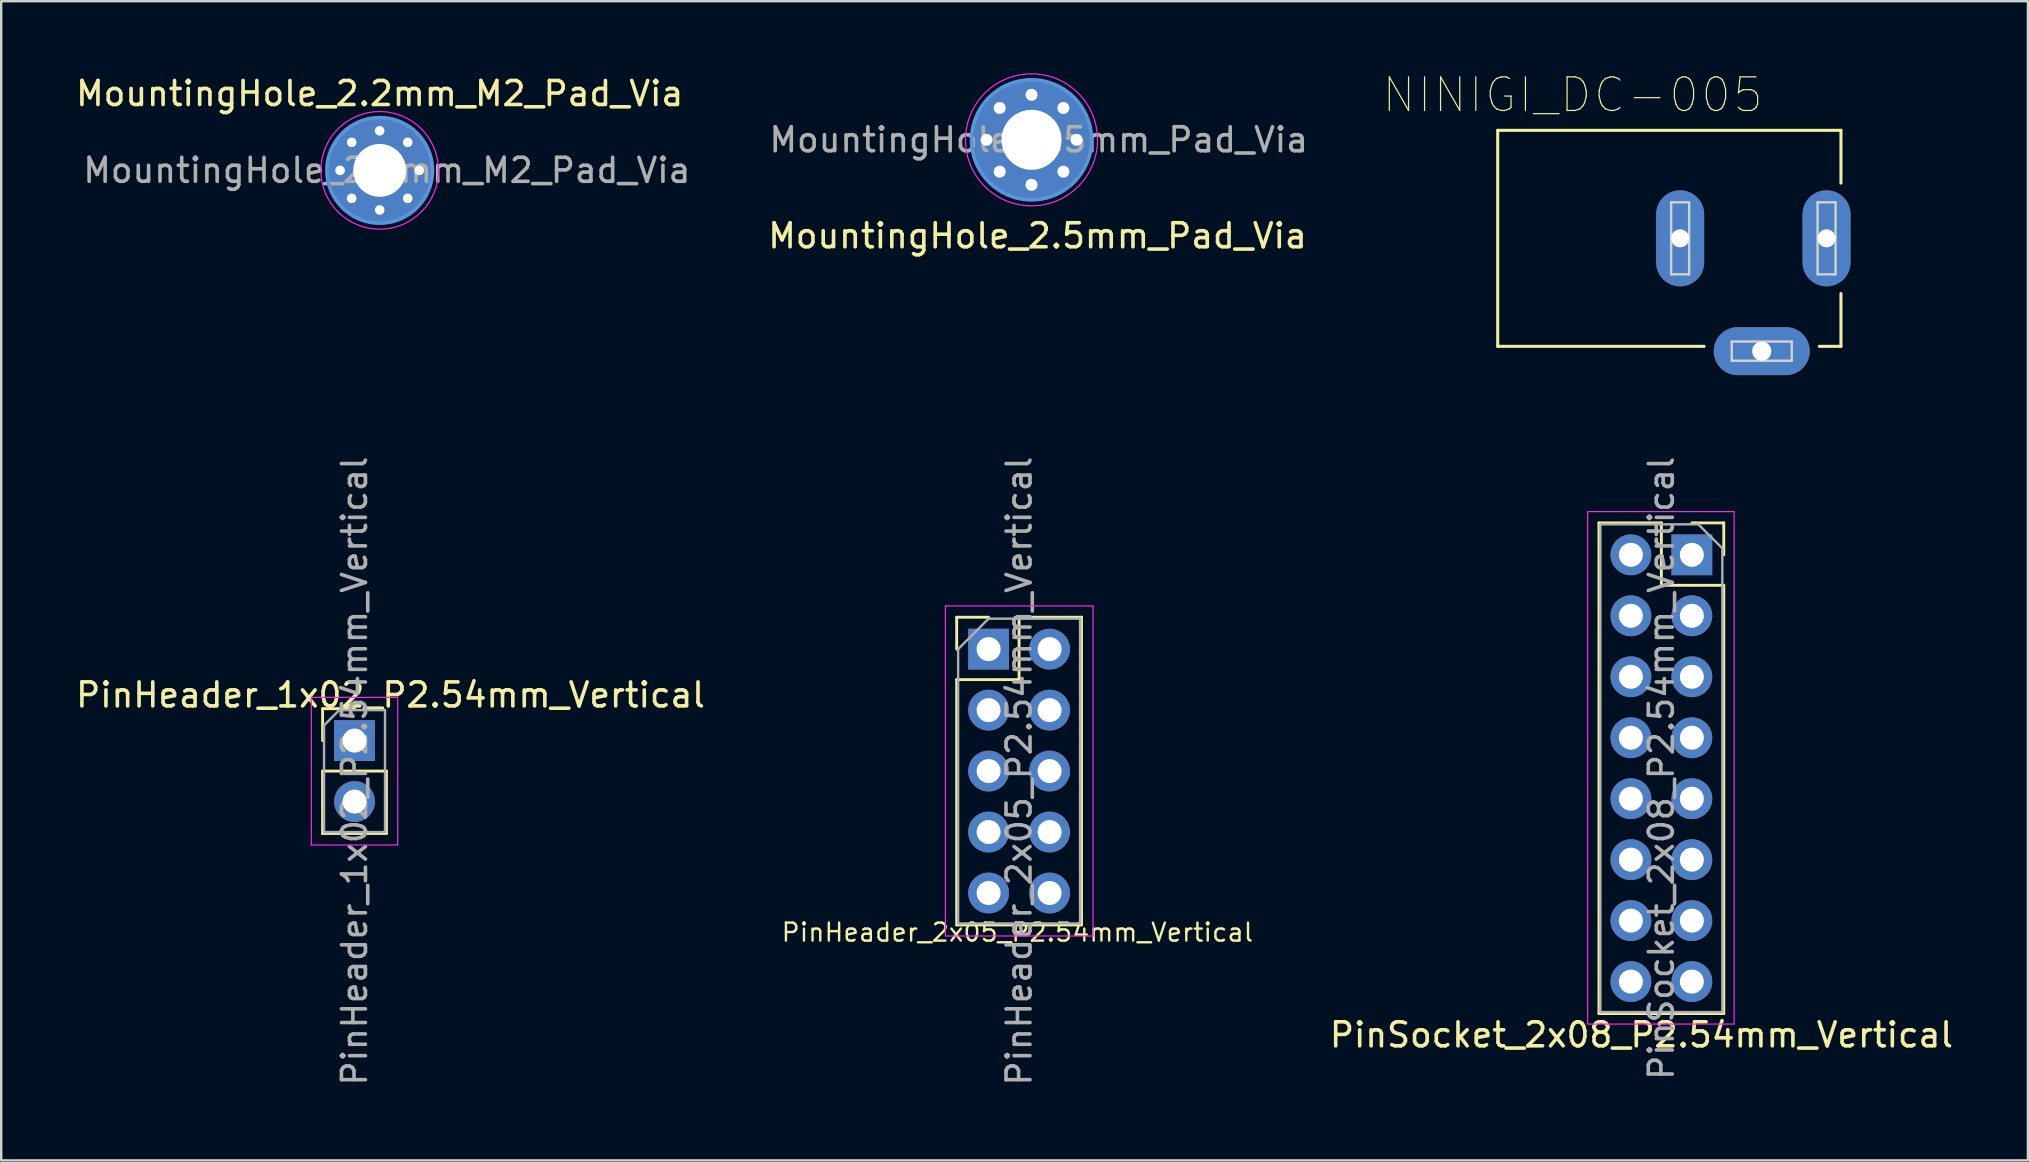
<source format=kicad_pcb>
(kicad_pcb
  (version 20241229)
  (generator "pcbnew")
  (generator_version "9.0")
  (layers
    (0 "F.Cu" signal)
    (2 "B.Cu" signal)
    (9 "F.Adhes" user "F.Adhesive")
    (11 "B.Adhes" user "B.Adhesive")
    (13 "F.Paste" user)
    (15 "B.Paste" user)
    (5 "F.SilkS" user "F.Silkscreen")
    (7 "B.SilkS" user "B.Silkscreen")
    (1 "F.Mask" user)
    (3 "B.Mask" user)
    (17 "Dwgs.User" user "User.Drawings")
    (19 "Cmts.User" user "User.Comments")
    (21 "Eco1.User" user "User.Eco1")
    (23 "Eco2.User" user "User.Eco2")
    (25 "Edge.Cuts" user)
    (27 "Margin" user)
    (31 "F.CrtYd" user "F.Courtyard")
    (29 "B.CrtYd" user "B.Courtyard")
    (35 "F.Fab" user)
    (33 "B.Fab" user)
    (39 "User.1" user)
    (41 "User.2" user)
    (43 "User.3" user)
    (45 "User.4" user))
  (footprint "PinHeader_1x02_P2.54mm_Vertical"
    (layer "F.Cu")
    (at 11.72 27.804)
    (property "Reference" "PinHeader_1x02_P2.54mm_Vertical" (at 1.5 -1.9 0) (layer "F.SilkS") (effects (font (size 1 1) (thickness 0.15))))
    (attr through_hole)
    (fp_line (start -1.33 -1.33) (end 0 -1.33) (stroke (width 0.12) (type solid)) (layer "F.SilkS"))
    (fp_line (start -1.33 0) (end -1.33 -1.33) (stroke (width 0.12) (type solid)) (layer "F.SilkS"))
    (fp_line (start -1.33 1.27) (end -1.33 3.87) (stroke (width 0.12) (type solid)) (layer "F.SilkS"))
    (fp_line (start -1.33 1.27) (end 1.33 1.27) (stroke (width 0.12) (type solid)) (layer "F.SilkS"))
    (fp_line (start -1.33 3.87) (end 1.33 3.87) (stroke (width 0.12) (type solid)) (layer "F.SilkS"))
    (fp_line (start 1.33 1.27) (end 1.33 3.87) (stroke (width 0.12) (type solid)) (layer "F.SilkS"))
    (fp_line (start -1.8 -1.8) (end -1.8 4.35) (stroke (width 0.05) (type solid)) (layer "F.CrtYd"))
    (fp_line (start -1.8 4.35) (end 1.8 4.35) (stroke (width 0.05) (type solid)) (layer "F.CrtYd"))
    (fp_line (start 1.8 -1.8) (end -1.8 -1.8) (stroke (width 0.05) (type solid)) (layer "F.CrtYd"))
    (fp_line (start 1.8 4.35) (end 1.8 -1.8) (stroke (width 0.05) (type solid)) (layer "F.CrtYd"))
    (fp_line (start -1.27 -0.635) (end -0.635 -1.27) (stroke (width 0.1) (type solid)) (layer "F.Fab"))
    (fp_line (start -1.27 3.81) (end -1.27 -0.635) (stroke (width 0.1) (type solid)) (layer "F.Fab"))
    (fp_line (start -0.635 -1.27) (end 1.27 -1.27) (stroke (width 0.1) (type solid)) (layer "F.Fab"))
    (fp_line (start 1.27 -1.27) (end 1.27 3.81) (stroke (width 0.1) (type solid)) (layer "F.Fab"))
    (fp_line (start 1.27 3.81) (end -1.27 3.81) (stroke (width 0.1) (type solid)) (layer "F.Fab"))
    (fp_text user "${REFERENCE}" (at 0 1.27 90) (layer "F.Fab") (effects (font (size 1 1) (thickness 0.15))))
    (pad "1" thru_hole rect (at 0 0) (size 1.7 1.7) (drill 1) (layers "*.Cu" "*.Mask"))
    (pad "2" thru_hole oval (at 0 2.54) (size 1.7 1.7) (drill 1) (layers "*.Cu" "*.Mask")))
  (footprint "NINIGI_DC-005"
    (layer "F.Cu")
    (at 70.347 6.879)
    (property "Reference" "NINIGI_DC-005" (at -7.877 -5.972 0) (layer "F.SilkS") (effects (font (size 1.401 1.401) (thickness 0.05))))
    (attr through_hole)
    (fp_line (start -11 -4.5) (end 3.3 -4.5) (stroke (width 0.127) (type solid)) (layer "F.SilkS"))
    (fp_line (start -11 4.5) (end -11 -4.5) (stroke (width 0.127) (type solid)) (layer "F.SilkS"))
    (fp_line (start -2.4 4.5) (end -11 4.5) (stroke (width 0.127) (type solid)) (layer "F.SilkS"))
    (fp_line (start 3.3 -4.5) (end 3.3 -2.3) (stroke (width 0.127) (type solid)) (layer "F.SilkS"))
    (fp_line (start 3.3 2.3) (end 3.3 4.5) (stroke (width 0.127) (type solid)) (layer "F.SilkS"))
    (fp_line (start 3.3 4.5) (end 2.4 4.5) (stroke (width 0.127) (type solid)) (layer "F.SilkS"))
    (fp_line (start -11.25 -4.75) (end 3.95 -4.75) (stroke (width 0.05) (type solid)) (layer "Eco1.User"))
    (fp_line (start -11.25 5.95) (end -11.25 -4.75) (stroke (width 0.05) (type solid)) (layer "Eco1.User"))
    (fp_line (start 3.95 -4.75) (end 3.95 5.95) (stroke (width 0.05) (type solid)) (layer "Eco1.User"))
    (fp_line (start 3.95 5.95) (end -11.25 5.95) (stroke (width 0.05) (type solid)) (layer "Eco1.User"))
    (fp_line (start -11 -4.5) (end 3.3 -4.5) (stroke (width 0.127) (type solid)) (layer "Eco2.User"))
    (fp_line (start -11 4.5) (end -11 -4.5) (stroke (width 0.127) (type solid)) (layer "Eco2.User"))
    (fp_line (start 3.3 -4.5) (end 3.3 4.5) (stroke (width 0.127) (type solid)) (layer "Eco2.User"))
    (fp_line (start 3.3 4.5) (end -11 4.5) (stroke (width 0.127) (type solid)) (layer "Eco2.User"))
    (fp_line (start -3.775 -1.5) (end -3.025 -1.5) (stroke (width 0.1) (type solid)) (layer "Edge.Cuts"))
    (fp_line (start -3.775 1.5) (end -3.775 -1.5) (stroke (width 0.1) (type solid)) (layer "Edge.Cuts"))
    (fp_line (start -3.025 -1.5) (end -3.025 1.5) (stroke (width 0.1) (type solid)) (layer "Edge.Cuts"))
    (fp_line (start -3.025 1.5) (end -3.775 1.5) (stroke (width 0.1) (type solid)) (layer "Edge.Cuts"))
    (fp_line (start -1.25 4.3) (end -1.25 5.1) (stroke (width 0.1) (type solid)) (layer "Edge.Cuts"))
    (fp_line (start -1.25 4.3) (end 1.25 4.3) (stroke (width 0.1) (type solid)) (layer "Edge.Cuts"))
    (fp_line (start 1.25 4.3) (end 1.25 5.1) (stroke (width 0.1) (type solid)) (layer "Edge.Cuts"))
    (fp_line (start 1.25 5.1) (end -1.25 5.1) (stroke (width 0.1) (type solid)) (layer "Edge.Cuts"))
    (fp_line (start 2.325 -1.5) (end 3.075 -1.5) (stroke (width 0.1) (type solid)) (layer "Edge.Cuts"))
    (fp_line (start 2.325 1.5) (end 2.325 -1.5) (stroke (width 0.1) (type solid)) (layer "Edge.Cuts"))
    (fp_line (start 3.075 -1.5) (end 3.075 1.5) (stroke (width 0.1) (type solid)) (layer "Edge.Cuts"))
    (fp_line (start 3.075 1.5) (end 2.325 1.5) (stroke (width 0.1) (type solid)) (layer "Edge.Cuts"))
    (pad "2" thru_hole oval (at 2.7 0 90) (size 4 2) (drill 0.75) (layers "*.Cu" "*.Mask"))
    (pad "4" thru_hole oval (at 0 4.7) (size 4 2) (drill 0.8) (layers "*.Cu" "*.Mask"))
    (pad "5" thru_hole oval (at -3.4 0 90) (size 4 2) (drill 0.75) (layers "*.Cu" "*.Mask")))
  (footprint "PinHeader_2x05_P2.54mm_Vertical"
    (layer "F.Cu")
    (at 38.137 23.994)
    (property "Reference" "PinHeader_2x05_P2.54mm_Vertical" (at 1.2 11.8 0) (layer "F.SilkS") (effects (font (size 0.75 0.75) (thickness 0.1))))
    (attr through_hole)
    (fp_line (start -1.33 -1.33) (end 0 -1.33) (stroke (width 0.12) (type solid)) (layer "F.SilkS"))
    (fp_line (start -1.33 0) (end -1.33 -1.33) (stroke (width 0.12) (type solid)) (layer "F.SilkS"))
    (fp_line (start -1.33 1.27) (end -1.33 11.49) (stroke (width 0.12) (type solid)) (layer "F.SilkS"))
    (fp_line (start -1.33 1.27) (end 1.27 1.27) (stroke (width 0.12) (type solid)) (layer "F.SilkS"))
    (fp_line (start -1.33 11.49) (end 3.87 11.49) (stroke (width 0.12) (type solid)) (layer "F.SilkS"))
    (fp_line (start 1.27 -1.33) (end 3.87 -1.33) (stroke (width 0.12) (type solid)) (layer "F.SilkS"))
    (fp_line (start 1.27 1.27) (end 1.27 -1.33) (stroke (width 0.12) (type solid)) (layer "F.SilkS"))
    (fp_line (start 3.87 -1.33) (end 3.87 11.49) (stroke (width 0.12) (type solid)) (layer "F.SilkS"))
    (fp_line (start -1.8 -1.8) (end -1.8 11.95) (stroke (width 0.05) (type solid)) (layer "F.CrtYd"))
    (fp_line (start -1.8 11.95) (end 4.35 11.95) (stroke (width 0.05) (type solid)) (layer "F.CrtYd"))
    (fp_line (start 4.35 -1.8) (end -1.8 -1.8) (stroke (width 0.05) (type solid)) (layer "F.CrtYd"))
    (fp_line (start 4.35 11.95) (end 4.35 -1.8) (stroke (width 0.05) (type solid)) (layer "F.CrtYd"))
    (fp_line (start -1.27 0) (end 0 -1.27) (stroke (width 0.1) (type solid)) (layer "F.Fab"))
    (fp_line (start -1.27 11.43) (end -1.27 0) (stroke (width 0.1) (type solid)) (layer "F.Fab"))
    (fp_line (start 0 -1.27) (end 3.81 -1.27) (stroke (width 0.1) (type solid)) (layer "F.Fab"))
    (fp_line (start 3.81 -1.27) (end 3.81 11.43) (stroke (width 0.1) (type solid)) (layer "F.Fab"))
    (fp_line (start 3.81 11.43) (end -1.27 11.43) (stroke (width 0.1) (type solid)) (layer "F.Fab"))
    (fp_text user "${REFERENCE}" (at 1.27 5.08 90) (layer "F.Fab") (effects (font (size 1 1) (thickness 0.15))))
    (pad "1" thru_hole rect (at 0 0) (size 1.7 1.7) (drill 1) (layers "*.Cu" "*.Mask"))
    (pad "2" thru_hole oval (at 2.54 0) (size 1.7 1.7) (drill 1) (layers "*.Cu" "*.Mask"))
    (pad "3" thru_hole oval (at 0 2.54) (size 1.7 1.7) (drill 1) (layers "*.Cu" "*.Mask"))
    (pad "4" thru_hole oval (at 2.54 2.54) (size 1.7 1.7) (drill 1) (layers "*.Cu" "*.Mask"))
    (pad "5" thru_hole oval (at 0 5.08) (size 1.7 1.7) (drill 1) (layers "*.Cu" "*.Mask"))
    (pad "6" thru_hole oval (at 2.54 5.08) (size 1.7 1.7) (drill 1) (layers "*.Cu" "*.Mask"))
    (pad "7" thru_hole oval (at 0 7.62) (size 1.7 1.7) (drill 1) (layers "*.Cu" "*.Mask"))
    (pad "8" thru_hole oval (at 2.54 7.62) (size 1.7 1.7) (drill 1) (layers "*.Cu" "*.Mask"))
    (pad "9" thru_hole oval (at 0 10.16) (size 1.7 1.7) (drill 1) (layers "*.Cu" "*.Mask"))
    (pad "10" thru_hole oval (at 2.54 10.16) (size 1.7 1.7) (drill 1) (layers "*.Cu" "*.Mask")))
  (footprint "PinSocket_2x08_P2.54mm_Vertical"
    (layer "F.Cu")
    (at 67.435 20.065)
    (property "Reference" "PinSocket_2x08_P2.54mm_Vertical" (at -2.1 20 0) (layer "F.SilkS") (effects (font (size 1 1) (thickness 0.15))))
    (attr through_hole)
    (fp_line (start -3.87 -1.33) (end -3.87 19.11) (stroke (width 0.12) (type solid)) (layer "F.SilkS"))
    (fp_line (start -3.87 -1.33) (end -1.27 -1.33) (stroke (width 0.12) (type solid)) (layer "F.SilkS"))
    (fp_line (start -3.87 19.11) (end 1.33 19.11) (stroke (width 0.12) (type solid)) (layer "F.SilkS"))
    (fp_line (start -1.27 -1.33) (end -1.27 1.27) (stroke (width 0.12) (type solid)) (layer "F.SilkS"))
    (fp_line (start -1.27 1.27) (end 1.33 1.27) (stroke (width 0.12) (type solid)) (layer "F.SilkS"))
    (fp_line (start 0 -1.33) (end 1.33 -1.33) (stroke (width 0.12) (type solid)) (layer "F.SilkS"))
    (fp_line (start 1.33 -1.33) (end 1.33 0) (stroke (width 0.12) (type solid)) (layer "F.SilkS"))
    (fp_line (start 1.33 1.27) (end 1.33 19.11) (stroke (width 0.12) (type solid)) (layer "F.SilkS"))
    (fp_line (start -4.34 -1.8) (end 1.76 -1.8) (stroke (width 0.05) (type solid)) (layer "F.CrtYd"))
    (fp_line (start -4.34 19.55) (end -4.34 -1.8) (stroke (width 0.05) (type solid)) (layer "F.CrtYd"))
    (fp_line (start 1.76 -1.8) (end 1.76 19.55) (stroke (width 0.05) (type solid)) (layer "F.CrtYd"))
    (fp_line (start 1.76 19.55) (end -4.34 19.55) (stroke (width 0.05) (type solid)) (layer "F.CrtYd"))
    (fp_line (start -3.81 -1.27) (end 0.27 -1.27) (stroke (width 0.1) (type solid)) (layer "F.Fab"))
    (fp_line (start -3.81 19.05) (end -3.81 -1.27) (stroke (width 0.1) (type solid)) (layer "F.Fab"))
    (fp_line (start 0.27 -1.27) (end 1.27 -0.27) (stroke (width 0.1) (type solid)) (layer "F.Fab"))
    (fp_line (start 1.27 -0.27) (end 1.27 19.05) (stroke (width 0.1) (type solid)) (layer "F.Fab"))
    (fp_line (start 1.27 19.05) (end -3.81 19.05) (stroke (width 0.1) (type solid)) (layer "F.Fab"))
    (fp_text user "${REFERENCE}" (at -1.27 8.89 90) (layer "F.Fab") (effects (font (size 1 1) (thickness 0.15))))
    (pad "1" thru_hole rect (at 0 0) (size 1.7 1.7) (drill 1) (layers "*.Cu" "*.Mask"))
    (pad "2" thru_hole oval (at -2.54 0) (size 1.7 1.7) (drill 1) (layers "*.Cu" "*.Mask"))
    (pad "3" thru_hole oval (at 0 2.54) (size 1.7 1.7) (drill 1) (layers "*.Cu" "*.Mask"))
    (pad "4" thru_hole oval (at -2.54 2.54) (size 1.7 1.7) (drill 1) (layers "*.Cu" "*.Mask"))
    (pad "5" thru_hole oval (at 0 5.08) (size 1.7 1.7) (drill 1) (layers "*.Cu" "*.Mask"))
    (pad "6" thru_hole oval (at -2.54 5.08) (size 1.7 1.7) (drill 1) (layers "*.Cu" "*.Mask"))
    (pad "7" thru_hole oval (at 0 7.62) (size 1.7 1.7) (drill 1) (layers "*.Cu" "*.Mask"))
    (pad "8" thru_hole oval (at -2.54 7.62) (size 1.7 1.7) (drill 1) (layers "*.Cu" "*.Mask"))
    (pad "9" thru_hole oval (at 0 10.16) (size 1.7 1.7) (drill 1) (layers "*.Cu" "*.Mask"))
    (pad "10" thru_hole oval (at -2.54 10.16) (size 1.7 1.7) (drill 1) (layers "*.Cu" "*.Mask"))
    (pad "11" thru_hole oval (at 0 12.7) (size 1.7 1.7) (drill 1) (layers "*.Cu" "*.Mask"))
    (pad "12" thru_hole oval (at -2.54 12.7) (size 1.7 1.7) (drill 1) (layers "*.Cu" "*.Mask"))
    (pad "13" thru_hole oval (at 0 15.24) (size 1.7 1.7) (drill 1) (layers "*.Cu" "*.Mask"))
    (pad "14" thru_hole oval (at -2.54 15.24) (size 1.7 1.7) (drill 1) (layers "*.Cu" "*.Mask"))
    (pad "15" thru_hole oval (at 0 17.78) (size 1.7 1.7) (drill 1) (layers "*.Cu" "*.Mask"))
    (pad "16" thru_hole oval (at -2.54 17.78) (size 1.7 1.7) (drill 1) (layers "*.Cu" "*.Mask")))
  (footprint "MountingHole_2.2mm_M2_Pad_Via"
    (layer "F.Cu")
    (at 12.768 4.048)
    (property "Reference" "MountingHole_2.2mm_M2_Pad_Via" (at 0 -3.2 0) (layer "F.SilkS") (effects (font (size 1 1) (thickness 0.15))))
    (attr exclude_from_pos_files exclude_from_bom)
    (fp_circle (center 0 0) (end 2.2 0) (stroke (width 0.15) (type solid)) (fill no) (layer "Cmts.User"))
    (fp_circle (center 0 0) (end 2.45 0) (stroke (width 0.05) (type solid)) (fill no) (layer "F.CrtYd"))
    (fp_text user "${REFERENCE}" (at 0.3 0 0) (layer "F.Fab") (effects (font (size 1 1) (thickness 0.15))))
    (pad "1" thru_hole circle (at -1.65 0) (size 0.7 0.7) (drill 0.4) (layers "*.Cu" "*.Mask"))
    (pad "1" thru_hole circle (at -1.167 -1.167) (size 0.7 0.7) (drill 0.4) (layers "*.Cu" "*.Mask"))
    (pad "1" thru_hole circle (at -1.167 1.167) (size 0.7 0.7) (drill 0.4) (layers "*.Cu" "*.Mask"))
    (pad "1" thru_hole circle (at 0 -1.65) (size 0.7 0.7) (drill 0.4) (layers "*.Cu" "*.Mask"))
    (pad "1" thru_hole circle (at 0 0) (size 4.4 4.4) (drill 2.2) (layers "*.Cu" "*.Mask"))
    (pad "1" thru_hole circle (at 0 1.65) (size 0.7 0.7) (drill 0.4) (layers "*.Cu" "*.Mask"))
    (pad "1" thru_hole circle (at 1.167 -1.167) (size 0.7 0.7) (drill 0.4) (layers "*.Cu" "*.Mask"))
    (pad "1" thru_hole circle (at 1.167 1.167) (size 0.7 0.7) (drill 0.4) (layers "*.Cu" "*.Mask"))
    (pad "1" thru_hole circle (at 1.65 0) (size 0.7 0.7) (drill 0.4) (layers "*.Cu" "*.Mask")))
  (footprint "MountingHole_2.5mm_Pad_Via"
    (layer "F.Cu")
    (at 39.925 2.775)
    (property "Reference" "MountingHole_2.5mm_Pad_Via" (at 0.25 4 0) (layer "F.SilkS") (effects (font (size 1 1) (thickness 0.15))))
    (attr exclude_from_pos_files exclude_from_bom)
    (fp_circle (center 0 0) (end 2.5 0) (stroke (width 0.15) (type solid)) (fill no) (layer "Cmts.User"))
    (fp_circle (center 0 0) (end 2.75 0) (stroke (width 0.05) (type solid)) (fill no) (layer "F.CrtYd"))
    (fp_text user "${REFERENCE}" (at 0.3 0 0) (layer "F.Fab") (effects (font (size 1 1) (thickness 0.15))))
    (pad "1" thru_hole circle (at -1.875 0) (size 0.8 0.8) (drill 0.5) (layers "*.Cu" "*.Mask"))
    (pad "1" thru_hole circle (at -1.326 -1.326) (size 0.8 0.8) (drill 0.5) (layers "*.Cu" "*.Mask"))
    (pad "1" thru_hole circle (at -1.326 1.326) (size 0.8 0.8) (drill 0.5) (layers "*.Cu" "*.Mask"))
    (pad "1" thru_hole circle (at 0 -1.875) (size 0.8 0.8) (drill 0.5) (layers "*.Cu" "*.Mask"))
    (pad "1" thru_hole circle (at 0 0) (size 5 5) (drill 2.5) (layers "*.Cu" "*.Mask"))
    (pad "1" thru_hole circle (at 0 1.875) (size 0.8 0.8) (drill 0.5) (layers "*.Cu" "*.Mask"))
    (pad "1" thru_hole circle (at 1.326 -1.326) (size 0.8 0.8) (drill 0.5) (layers "*.Cu" "*.Mask"))
    (pad "1" thru_hole circle (at 1.326 1.326) (size 0.8 0.8) (drill 0.5) (layers "*.Cu" "*.Mask"))
    (pad "1" thru_hole circle (at 1.875 0) (size 0.8 0.8) (drill 0.5) (layers "*.Cu" "*.Mask")))
  (gr_rect
    (start -3 -3)
    (end 81.436 45.294)
    (stroke (width 0.1) (type default))
    (fill no)
    (layer "Edge.Cuts")))
</source>
